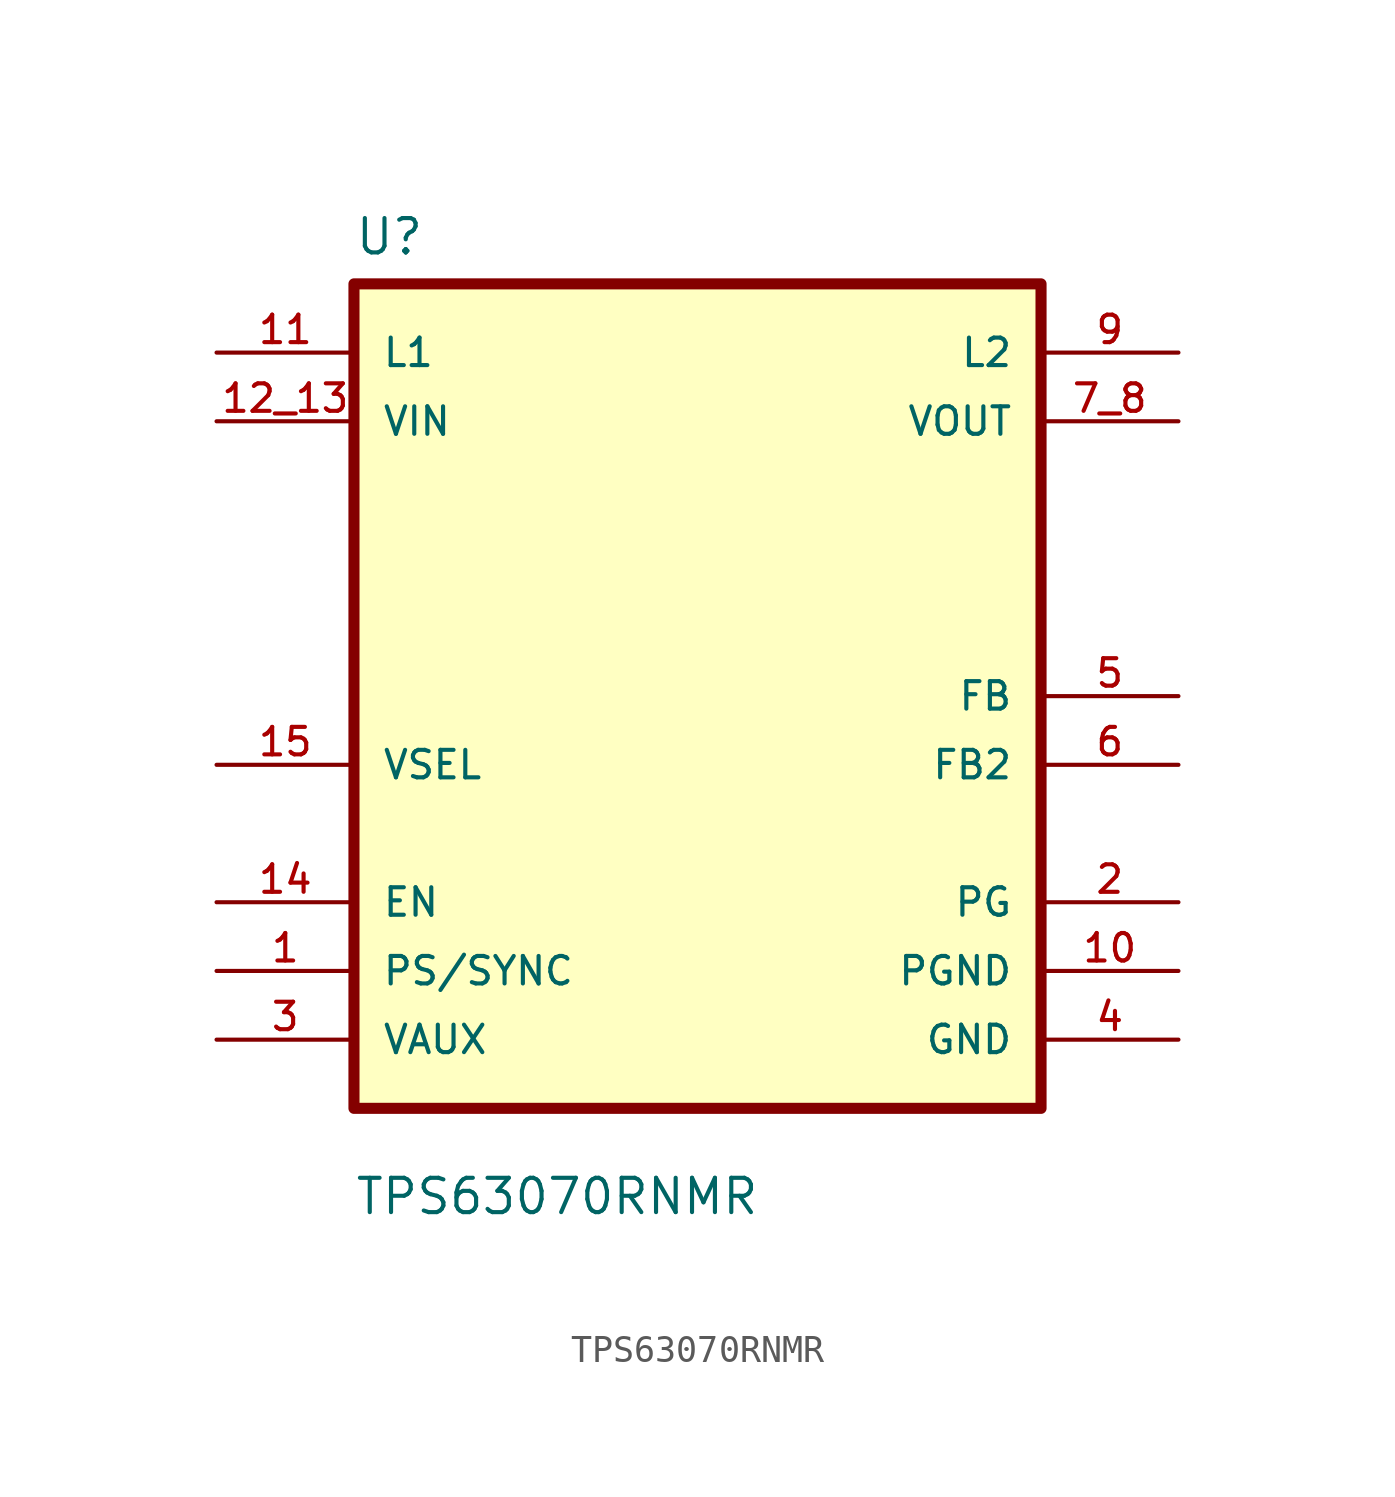
<source format=kicad_sym>
(kicad_symbol_lib
  (version 20231120)
  (generator "kicad_symbol_editor")
  (generator_version "8.0")
  (symbol "TPS63070RNMR"
    (pin_names
      (offset 1.016))
    (property "Reference" "U"
      (at -12.7 16.24 0)
      (effects (font (size 1.27 1.27)) (justify left bottom)))
    (property "Value" "TPS63070RNMR"
      (at -12.7 -19.24 0)
      (effects (font (size 1.27 1.27)) (justify left bottom)))
    (symbol "TPS63070RNMR_0_0"
      (rectangle (start -12.7 15.24) (end 12.7 -15.24) (stroke (width 0.41) (type default)) (fill (type background)))
      (pin input line (at -17.78 -10.16 0) (length 5.08) (name "PS/SYNC" (effects (font (size 1.016 1.016)))) (number "1" (effects (font (size 1.016 1.016)))))
      (pin power_in line (at 17.78 -10.16 180) (length 5.08) (name "PGND" (effects (font (size 1.016 1.016)))) (number "10" (effects (font (size 1.016 1.016)))))
      (pin bidirectional line (at -17.78 12.7 0) (length 5.08) (name "L1" (effects (font (size 1.016 1.016)))) (number "11" (effects (font (size 1.016 1.016)))))
      (pin input line (at -17.78 10.16 0) (length 5.08) (name "VIN" (effects (font (size 1.016 1.016)))) (number "12_13" (effects (font (size 1.016 1.016)))))
      (pin input line (at -17.78 -7.62 0) (length 5.08) (name "EN" (effects (font (size 1.016 1.016)))) (number "14" (effects (font (size 1.016 1.016)))))
      (pin input line (at -17.78 -2.54 0) (length 5.08) (name "VSEL" (effects (font (size 1.016 1.016)))) (number "15" (effects (font (size 1.016 1.016)))))
      (pin output line (at 17.78 -7.62 180) (length 5.08) (name "PG" (effects (font (size 1.016 1.016)))) (number "2" (effects (font (size 1.016 1.016)))))
      (pin output line (at -17.78 -12.7 0) (length 5.08) (name "VAUX" (effects (font (size 1.016 1.016)))) (number "3" (effects (font (size 1.016 1.016)))))
      (pin power_in line (at 17.78 -12.7 180) (length 5.08) (name "GND" (effects (font (size 1.016 1.016)))) (number "4" (effects (font (size 1.016 1.016)))))
      (pin input line (at 17.78 0 180) (length 5.08) (name "FB" (effects (font (size 1.016 1.016)))) (number "5" (effects (font (size 1.016 1.016)))))
      (pin output line (at 17.78 -2.54 180) (length 5.08) (name "FB2" (effects (font (size 1.016 1.016)))) (number "6" (effects (font (size 1.016 1.016)))))
      (pin output line (at 17.78 10.16 180) (length 5.08) (name "VOUT" (effects (font (size 1.016 1.016)))) (number "7_8" (effects (font (size 1.016 1.016)))))
      (pin bidirectional line (at 17.78 12.7 180) (length 5.08) (name "L2" (effects (font (size 1.016 1.016)))) (number "9" (effects (font (size 1.016 1.016))))))))
</source>
